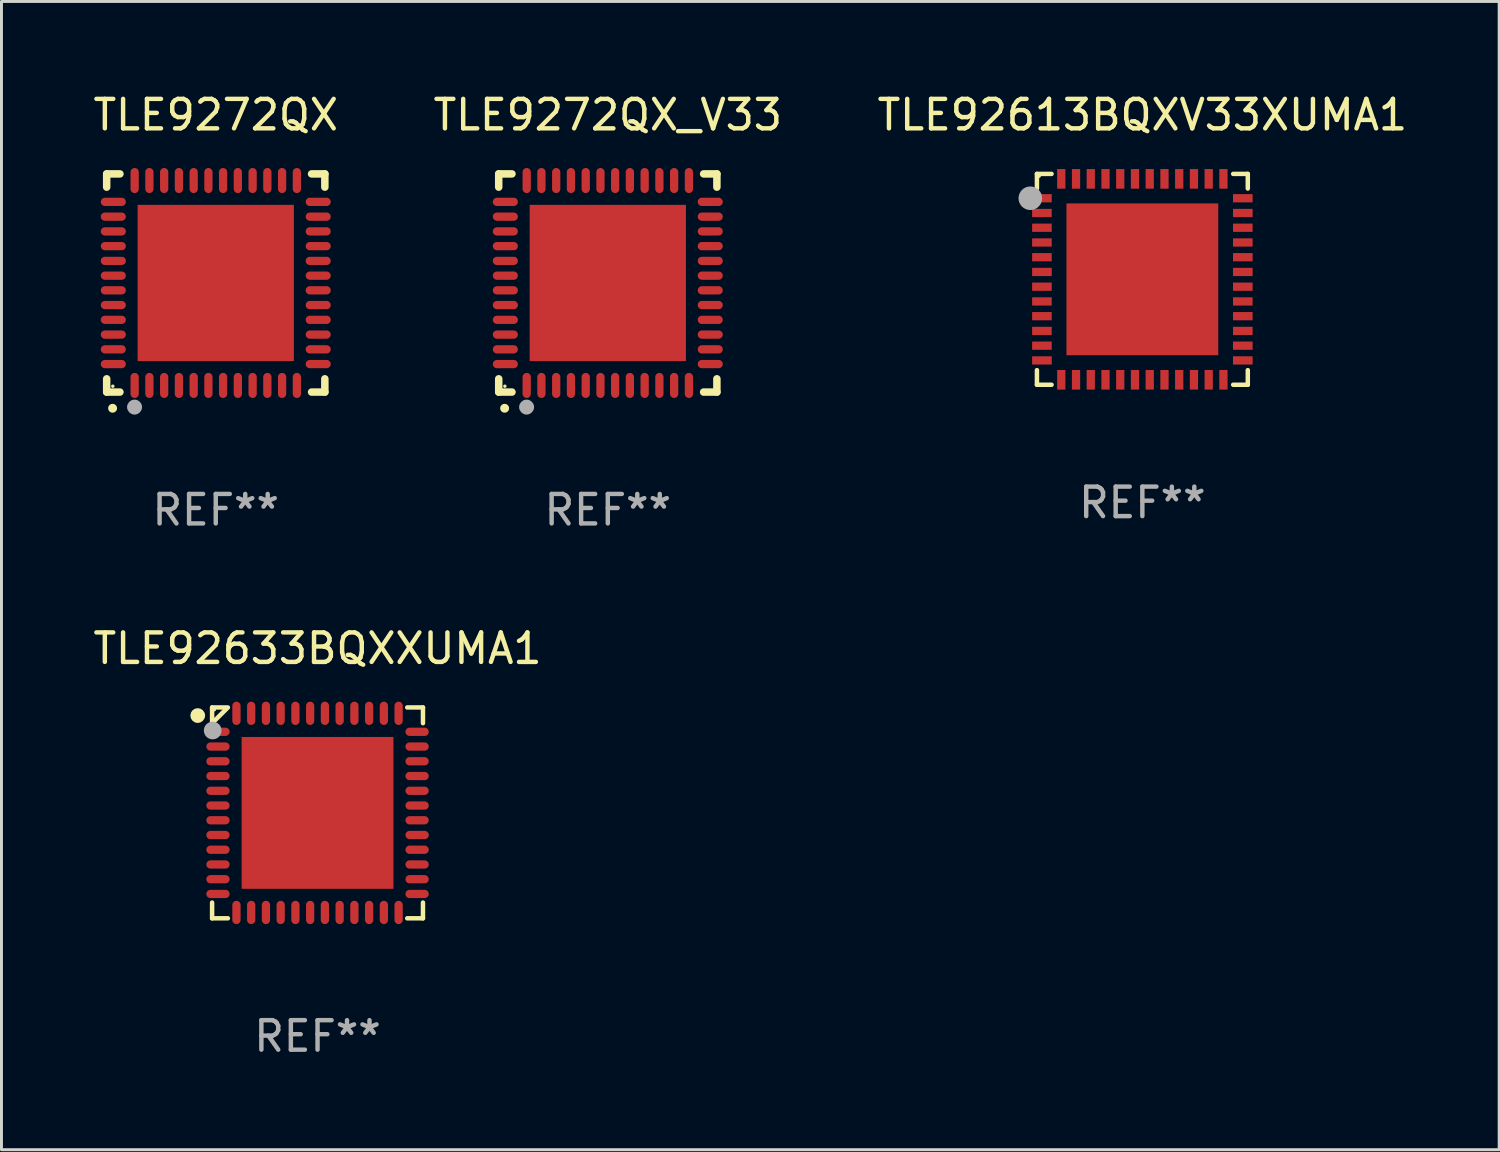
<source format=kicad_pcb>
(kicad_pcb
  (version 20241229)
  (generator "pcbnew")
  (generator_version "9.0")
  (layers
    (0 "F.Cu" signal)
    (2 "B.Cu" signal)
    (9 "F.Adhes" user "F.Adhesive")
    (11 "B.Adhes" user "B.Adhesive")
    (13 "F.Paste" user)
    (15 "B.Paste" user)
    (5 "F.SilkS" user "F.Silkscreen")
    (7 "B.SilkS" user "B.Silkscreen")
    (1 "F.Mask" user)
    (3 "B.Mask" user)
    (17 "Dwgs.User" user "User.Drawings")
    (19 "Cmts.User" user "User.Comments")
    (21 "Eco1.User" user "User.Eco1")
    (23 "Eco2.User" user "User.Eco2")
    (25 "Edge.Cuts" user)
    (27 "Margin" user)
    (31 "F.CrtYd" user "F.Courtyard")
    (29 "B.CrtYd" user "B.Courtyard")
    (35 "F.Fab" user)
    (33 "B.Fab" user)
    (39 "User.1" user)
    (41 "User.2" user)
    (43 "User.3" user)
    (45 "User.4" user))
  (footprint "TLE9272QX_V33"
    (layer "F.Cu")
    (at 17.565 6.548)
    (property "Reference" "TLE9272QX_V33" (at 0 -5.7 0) (layer "F.SilkS") (effects (font (size 1 1) (thickness 0.15))))
    (attr through_hole)
    (fp_line (start -3.7 -3.7) (end -3.25 -3.7) (stroke (width 0.254) (type solid)) (layer "F.SilkS"))
    (fp_line (start -3.7 -3.25) (end -3.7 -3.7) (stroke (width 0.254) (type solid)) (layer "F.SilkS"))
    (fp_line (start -3.7 3.7) (end -3.7 3.25) (stroke (width 0.254) (type solid)) (layer "F.SilkS"))
    (fp_line (start -3.25 3.7) (end -3.7 3.7) (stroke (width 0.254) (type solid)) (layer "F.SilkS"))
    (fp_line (start 3.25 3.7) (end 3.7 3.7) (stroke (width 0.254) (type solid)) (layer "F.SilkS"))
    (fp_line (start 3.7 -3.7) (end 3.25 -3.7) (stroke (width 0.254) (type solid)) (layer "F.SilkS"))
    (fp_line (start 3.7 -3.25) (end 3.7 -3.7) (stroke (width 0.254) (type solid)) (layer "F.SilkS"))
    (fp_line (start 3.7 3.7) (end 3.7 3.25) (stroke (width 0.254) (type solid)) (layer "F.SilkS"))
    (fp_arc (start -3.500127 4.249428) (mid -3.498857 4.249423) (end -3.497587 4.249428) (stroke (width 0.3) (type solid)) (layer "F.SilkS"))
    (fp_circle (center -3.491 3.501) (end -3.461 3.501) (stroke (width 0.06) (type solid)) (fill no) (layer "F.SilkS"))
    (fp_circle (center -2.754 4.21) (end -2.627 4.21) (stroke (width 0.254) (type solid)) (fill no) (layer "F.Fab"))
    (fp_text user "REF**" (at 0 7.7 0) (layer "F.Fab") (effects (font (size 1 1) (thickness 0.15))))
    (pad "1" smd oval (at -2.751 3.475) (size 0.28 0.85) (layers "F.Cu" "F.Mask" "F.Paste"))
    (pad "2" smd oval (at -2.251 3.475) (size 0.28 0.85) (layers "F.Cu" "F.Mask" "F.Paste"))
    (pad "3" smd oval (at -1.75 3.475) (size 0.28 0.85) (layers "F.Cu" "F.Mask" "F.Paste"))
    (pad "4" smd oval (at -1.25 3.475) (size 0.28 0.85) (layers "F.Cu" "F.Mask" "F.Paste"))
    (pad "5" smd oval (at -0.749 3.475) (size 0.28 0.85) (layers "F.Cu" "F.Mask" "F.Paste"))
    (pad "6" smd oval (at -0.249 3.475) (size 0.28 0.85) (layers "F.Cu" "F.Mask" "F.Paste"))
    (pad "7" smd oval (at 0.249 3.475) (size 0.28 0.85) (layers "F.Cu" "F.Mask" "F.Paste"))
    (pad "8" smd oval (at 0.749 3.475) (size 0.28 0.85) (layers "F.Cu" "F.Mask" "F.Paste"))
    (pad "9" smd oval (at 1.25 3.475) (size 0.28 0.85) (layers "F.Cu" "F.Mask" "F.Paste"))
    (pad "10" smd oval (at 1.75 3.475) (size 0.28 0.85) (layers "F.Cu" "F.Mask" "F.Paste"))
    (pad "11" smd oval (at 2.25 3.475) (size 0.28 0.85) (layers "F.Cu" "F.Mask" "F.Paste"))
    (pad "12" smd oval (at 2.751 3.475) (size 0.28 0.85) (layers "F.Cu" "F.Mask" "F.Paste"))
    (pad "13" smd oval (at 3.475 2.751) (size 0.85 0.28) (layers "F.Cu" "F.Mask" "F.Paste"))
    (pad "14" smd oval (at 3.475 2.251) (size 0.85 0.28) (layers "F.Cu" "F.Mask" "F.Paste"))
    (pad "15" smd oval (at 3.475 1.75) (size 0.85 0.28) (layers "F.Cu" "F.Mask" "F.Paste"))
    (pad "16" smd oval (at 3.475 1.25) (size 0.85 0.28) (layers "F.Cu" "F.Mask" "F.Paste"))
    (pad "17" smd oval (at 3.475 0.749) (size 0.85 0.28) (layers "F.Cu" "F.Mask" "F.Paste"))
    (pad "18" smd oval (at 3.475 0.249) (size 0.85 0.28) (layers "F.Cu" "F.Mask" "F.Paste"))
    (pad "19" smd oval (at 3.475 -0.249) (size 0.85 0.28) (layers "F.Cu" "F.Mask" "F.Paste"))
    (pad "20" smd oval (at 3.475 -0.749) (size 0.85 0.28) (layers "F.Cu" "F.Mask" "F.Paste"))
    (pad "21" smd oval (at 3.475 -1.25) (size 0.85 0.28) (layers "F.Cu" "F.Mask" "F.Paste"))
    (pad "22" smd oval (at 3.475 -1.75) (size 0.85 0.28) (layers "F.Cu" "F.Mask" "F.Paste"))
    (pad "23" smd oval (at 3.475 -2.25) (size 0.85 0.28) (layers "F.Cu" "F.Mask" "F.Paste"))
    (pad "24" smd oval (at 3.475 -2.751) (size 0.85 0.28) (layers "F.Cu" "F.Mask" "F.Paste"))
    (pad "25" smd oval (at 2.751 -3.475) (size 0.28 0.85) (layers "F.Cu" "F.Mask" "F.Paste"))
    (pad "26" smd oval (at 2.25 -3.475) (size 0.28 0.85) (layers "F.Cu" "F.Mask" "F.Paste"))
    (pad "27" smd oval (at 1.75 -3.475) (size 0.28 0.85) (layers "F.Cu" "F.Mask" "F.Paste"))
    (pad "28" smd oval (at 1.25 -3.475) (size 0.28 0.85) (layers "F.Cu" "F.Mask" "F.Paste"))
    (pad "29" smd oval (at 0.749 -3.475) (size 0.28 0.85) (layers "F.Cu" "F.Mask" "F.Paste"))
    (pad "30" smd oval (at 0.249 -3.475) (size 0.28 0.85) (layers "F.Cu" "F.Mask" "F.Paste"))
    (pad "31" smd oval (at -0.249 -3.475) (size 0.28 0.85) (layers "F.Cu" "F.Mask" "F.Paste"))
    (pad "32" smd oval (at -0.749 -3.475) (size 0.28 0.85) (layers "F.Cu" "F.Mask" "F.Paste"))
    (pad "33" smd oval (at -1.25 -3.475) (size 0.28 0.85) (layers "F.Cu" "F.Mask" "F.Paste"))
    (pad "34" smd oval (at -1.75 -3.475) (size 0.28 0.85) (layers "F.Cu" "F.Mask" "F.Paste"))
    (pad "35" smd oval (at -2.251 -3.475) (size 0.28 0.85) (layers "F.Cu" "F.Mask" "F.Paste"))
    (pad "36" smd oval (at -2.751 -3.475) (size 0.28 0.85) (layers "F.Cu" "F.Mask" "F.Paste"))
    (pad "37" smd oval (at -3.475 -2.751) (size 0.85 0.28) (layers "F.Cu" "F.Mask" "F.Paste"))
    (pad "38" smd oval (at -3.475 -2.25) (size 0.85 0.28) (layers "F.Cu" "F.Mask" "F.Paste"))
    (pad "39" smd oval (at -3.475 -1.75) (size 0.85 0.28) (layers "F.Cu" "F.Mask" "F.Paste"))
    (pad "40" smd oval (at -3.475 -1.25) (size 0.85 0.28) (layers "F.Cu" "F.Mask" "F.Paste"))
    (pad "41" smd oval (at -3.475 -0.749) (size 0.85 0.28) (layers "F.Cu" "F.Mask" "F.Paste"))
    (pad "42" smd oval (at -3.475 -0.249) (size 0.85 0.28) (layers "F.Cu" "F.Mask" "F.Paste"))
    (pad "43" smd oval (at -3.475 0.249) (size 0.85 0.28) (layers "F.Cu" "F.Mask" "F.Paste"))
    (pad "44" smd oval (at -3.475 0.749) (size 0.85 0.28) (layers "F.Cu" "F.Mask" "F.Paste"))
    (pad "45" smd oval (at -3.475 1.25) (size 0.85 0.28) (layers "F.Cu" "F.Mask" "F.Paste"))
    (pad "46" smd oval (at -3.475 1.75) (size 0.85 0.28) (layers "F.Cu" "F.Mask" "F.Paste"))
    (pad "47" smd oval (at -3.475 2.251) (size 0.85 0.28) (layers "F.Cu" "F.Mask" "F.Paste"))
    (pad "48" smd oval (at -3.475 2.751) (size 0.85 0.28) (layers "F.Cu" "F.Mask" "F.Paste"))
    (pad "49" smd rect (at -0.000102 0.000102) (size 5.3 5.3) (layers "F.Cu" "F.Mask" "F.Paste")))
  (footprint "TLE92633BQXXUMA1"
    (layer "F.Cu")
    (at 7.72 24.521)
    (property "Reference" "TLE92633BQXXUMA1" (at 0 -5.576 0) (layer "F.SilkS") (effects (font (size 1 1) (thickness 0.15))))
    (attr through_hole)
    (fp_line (start -3.576 -3.576) (end -3.042 -3.576) (stroke (width 0.152) (type solid)) (layer "F.SilkS"))
    (fp_line (start -3.576 -3.042) (end -3.576 -3.576) (stroke (width 0.152) (type solid)) (layer "F.SilkS"))
    (fp_line (start -3.576 3.042) (end -3.576 3.576) (stroke (width 0.152) (type solid)) (layer "F.SilkS"))
    (fp_line (start -3.576 3.576) (end -3.042 3.576) (stroke (width 0.152) (type solid)) (layer "F.SilkS"))
    (fp_line (start -3.069 -3.549) (end -3.549 -3.069) (stroke (width 0.152) (type solid)) (layer "F.SilkS"))
    (fp_line (start 3.576 -3.576) (end 3.042 -3.576) (stroke (width 0.152) (type solid)) (layer "F.SilkS"))
    (fp_line (start 3.576 -3.042) (end 3.576 -3.576) (stroke (width 0.152) (type solid)) (layer "F.SilkS"))
    (fp_line (start 3.576 3.042) (end 3.576 3.576) (stroke (width 0.152) (type solid)) (layer "F.SilkS"))
    (fp_line (start 3.576 3.576) (end 3.042 3.576) (stroke (width 0.152) (type solid)) (layer "F.SilkS"))
    (fp_circle (center -4.064 -3.302) (end -3.939 -3.302) (stroke (width 0.25) (type solid)) (fill no) (layer "F.SilkS"))
    (fp_circle (center -3.5 -3.5) (end -3.47 -3.5) (stroke (width 0.06) (type solid)) (fill no) (layer "F.SilkS"))
    (fp_circle (center -3.556 -2.794) (end -3.406 -2.794) (stroke (width 0.3) (type solid)) (fill no) (layer "F.Fab"))
    (fp_text user "REF**" (at 0 7.576 0) (layer "F.Fab") (effects (font (size 1 1) (thickness 0.15))))
    (pad "1" smd oval (at -3.377 -2.75) (size 0.79 0.28) (layers "F.Cu" "F.Mask" "F.Paste"))
    (pad "2" smd oval (at -3.377 -2.25) (size 0.79 0.28) (layers "F.Cu" "F.Mask" "F.Paste"))
    (pad "3" smd oval (at -3.377 -1.75) (size 0.79 0.28) (layers "F.Cu" "F.Mask" "F.Paste"))
    (pad "4" smd oval (at -3.377 -1.25) (size 0.79 0.28) (layers "F.Cu" "F.Mask" "F.Paste"))
    (pad "5" smd oval (at -3.377 -0.75) (size 0.79 0.28) (layers "F.Cu" "F.Mask" "F.Paste"))
    (pad "6" smd oval (at -3.377 -0.25) (size 0.79 0.28) (layers "F.Cu" "F.Mask" "F.Paste"))
    (pad "7" smd oval (at -3.377 0.25) (size 0.79 0.28) (layers "F.Cu" "F.Mask" "F.Paste"))
    (pad "8" smd oval (at -3.377 0.75) (size 0.79 0.28) (layers "F.Cu" "F.Mask" "F.Paste"))
    (pad "9" smd oval (at -3.377 1.25) (size 0.79 0.28) (layers "F.Cu" "F.Mask" "F.Paste"))
    (pad "10" smd oval (at -3.377 1.75) (size 0.79 0.28) (layers "F.Cu" "F.Mask" "F.Paste"))
    (pad "11" smd oval (at -3.377 2.25) (size 0.79 0.28) (layers "F.Cu" "F.Mask" "F.Paste"))
    (pad "12" smd oval (at -3.377 2.75) (size 0.79 0.28) (layers "F.Cu" "F.Mask" "F.Paste"))
    (pad "13" smd oval (at -2.75 3.377) (size 0.28 0.79) (layers "F.Cu" "F.Mask" "F.Paste"))
    (pad "14" smd oval (at -2.25 3.377) (size 0.28 0.79) (layers "F.Cu" "F.Mask" "F.Paste"))
    (pad "15" smd oval (at -1.75 3.377) (size 0.28 0.79) (layers "F.Cu" "F.Mask" "F.Paste"))
    (pad "16" smd oval (at -1.25 3.377) (size 0.28 0.79) (layers "F.Cu" "F.Mask" "F.Paste"))
    (pad "17" smd oval (at -0.75 3.377) (size 0.28 0.79) (layers "F.Cu" "F.Mask" "F.Paste"))
    (pad "18" smd oval (at -0.25 3.377) (size 0.28 0.79) (layers "F.Cu" "F.Mask" "F.Paste"))
    (pad "19" smd oval (at 0.25 3.377) (size 0.28 0.79) (layers "F.Cu" "F.Mask" "F.Paste"))
    (pad "20" smd oval (at 0.75 3.377) (size 0.28 0.79) (layers "F.Cu" "F.Mask" "F.Paste"))
    (pad "21" smd oval (at 1.25 3.377) (size 0.28 0.79) (layers "F.Cu" "F.Mask" "F.Paste"))
    (pad "22" smd oval (at 1.75 3.377) (size 0.28 0.79) (layers "F.Cu" "F.Mask" "F.Paste"))
    (pad "23" smd oval (at 2.25 3.377) (size 0.28 0.79) (layers "F.Cu" "F.Mask" "F.Paste"))
    (pad "24" smd oval (at 2.75 3.377) (size 0.28 0.79) (layers "F.Cu" "F.Mask" "F.Paste"))
    (pad "25" smd oval (at 3.377 2.75) (size 0.79 0.28) (layers "F.Cu" "F.Mask" "F.Paste"))
    (pad "26" smd oval (at 3.377 2.25) (size 0.79 0.28) (layers "F.Cu" "F.Mask" "F.Paste"))
    (pad "27" smd oval (at 3.377 1.75) (size 0.79 0.28) (layers "F.Cu" "F.Mask" "F.Paste"))
    (pad "28" smd oval (at 3.377 1.25) (size 0.79 0.28) (layers "F.Cu" "F.Mask" "F.Paste"))
    (pad "29" smd oval (at 3.377 0.75) (size 0.79 0.28) (layers "F.Cu" "F.Mask" "F.Paste"))
    (pad "30" smd oval (at 3.377 0.25) (size 0.79 0.28) (layers "F.Cu" "F.Mask" "F.Paste"))
    (pad "31" smd oval (at 3.377 -0.25) (size 0.79 0.28) (layers "F.Cu" "F.Mask" "F.Paste"))
    (pad "32" smd oval (at 3.377 -0.75) (size 0.79 0.28) (layers "F.Cu" "F.Mask" "F.Paste"))
    (pad "33" smd oval (at 3.377 -1.25) (size 0.79 0.28) (layers "F.Cu" "F.Mask" "F.Paste"))
    (pad "34" smd oval (at 3.377 -1.75) (size 0.79 0.28) (layers "F.Cu" "F.Mask" "F.Paste"))
    (pad "35" smd oval (at 3.377 -2.25) (size 0.79 0.28) (layers "F.Cu" "F.Mask" "F.Paste"))
    (pad "36" smd oval (at 3.377 -2.75) (size 0.79 0.28) (layers "F.Cu" "F.Mask" "F.Paste"))
    (pad "37" smd oval (at 2.75 -3.377) (size 0.28 0.79) (layers "F.Cu" "F.Mask" "F.Paste"))
    (pad "38" smd oval (at 2.25 -3.377) (size 0.28 0.79) (layers "F.Cu" "F.Mask" "F.Paste"))
    (pad "39" smd oval (at 1.75 -3.377) (size 0.28 0.79) (layers "F.Cu" "F.Mask" "F.Paste"))
    (pad "40" smd oval (at 1.25 -3.377) (size 0.28 0.79) (layers "F.Cu" "F.Mask" "F.Paste"))
    (pad "41" smd oval (at 0.75 -3.377) (size 0.28 0.79) (layers "F.Cu" "F.Mask" "F.Paste"))
    (pad "42" smd oval (at 0.25 -3.377) (size 0.28 0.79) (layers "F.Cu" "F.Mask" "F.Paste"))
    (pad "43" smd oval (at -0.25 -3.377) (size 0.28 0.79) (layers "F.Cu" "F.Mask" "F.Paste"))
    (pad "44" smd oval (at -0.75 -3.377) (size 0.28 0.79) (layers "F.Cu" "F.Mask" "F.Paste"))
    (pad "45" smd oval (at -1.25 -3.377) (size 0.28 0.79) (layers "F.Cu" "F.Mask" "F.Paste"))
    (pad "46" smd oval (at -1.75 -3.377) (size 0.28 0.79) (layers "F.Cu" "F.Mask" "F.Paste"))
    (pad "47" smd oval (at -2.25 -3.377) (size 0.28 0.79) (layers "F.Cu" "F.Mask" "F.Paste"))
    (pad "48" smd oval (at -2.75 -3.377) (size 0.28 0.79) (layers "F.Cu" "F.Mask" "F.Paste"))
    (pad "49" smd rect (at 0 0) (size 5.15 5.15) (layers "F.Cu" "F.Mask" "F.Paste")))
  (footprint "TLE92613BQXV33XUMA1"
    (layer "F.Cu")
    (at 35.696 6.424)
    (property "Reference" "TLE92613BQXV33XUMA1" (at 0 -5.576 0) (layer "F.SilkS") (effects (font (size 1 1) (thickness 0.15))))
    (attr through_hole)
    (fp_line (start -3.576 -3.576) (end -3.576 -3.08) (stroke (width 0.152) (type solid)) (layer "F.SilkS"))
    (fp_line (start -3.576 3.576) (end -3.576 3.08) (stroke (width 0.152) (type solid)) (layer "F.SilkS"))
    (fp_line (start -3.08 -3.576) (end -3.576 -3.576) (stroke (width 0.152) (type solid)) (layer "F.SilkS"))
    (fp_line (start -3.08 3.576) (end -3.576 3.576) (stroke (width 0.152) (type solid)) (layer "F.SilkS"))
    (fp_line (start 3.08 -3.576) (end 3.576 -3.576) (stroke (width 0.152) (type solid)) (layer "F.SilkS"))
    (fp_line (start 3.08 3.576) (end 3.576 3.576) (stroke (width 0.152) (type solid)) (layer "F.SilkS"))
    (fp_line (start 3.576 -3.576) (end 3.576 -3.08) (stroke (width 0.152) (type solid)) (layer "F.SilkS"))
    (fp_line (start 3.576 3.576) (end 3.576 3.08) (stroke (width 0.152) (type solid)) (layer "F.SilkS"))
    (fp_circle (center -4.04 -2.75) (end -3.965 -2.75) (stroke (width 0.15) (type solid)) (fill no) (layer "F.SilkS"))
    (fp_circle (center -3.5 -3.5) (end -3.47 -3.5) (stroke (width 0.06) (type solid)) (fill no) (layer "F.SilkS"))
    (fp_circle (center -3.8 -2.75) (end -3.6 -2.75) (stroke (width 0.4) (type solid)) (fill no) (layer "F.Fab"))
    (fp_text user "REF**" (at 0 7.576 0) (layer "F.Fab") (effects (font (size 1 1) (thickness 0.15))))
    (pad "1" smd rect (at -3.407 -2.75) (size 0.665 0.28) (layers "F.Cu" "F.Mask" "F.Paste"))
    (pad "2" smd rect (at -3.407 -2.25) (size 0.665 0.28) (layers "F.Cu" "F.Mask" "F.Paste"))
    (pad "3" smd rect (at -3.407 -1.75) (size 0.665 0.28) (layers "F.Cu" "F.Mask" "F.Paste"))
    (pad "4" smd rect (at -3.407 -1.25) (size 0.665 0.28) (layers "F.Cu" "F.Mask" "F.Paste"))
    (pad "5" smd rect (at -3.407 -0.75) (size 0.665 0.28) (layers "F.Cu" "F.Mask" "F.Paste"))
    (pad "6" smd rect (at -3.407 -0.25) (size 0.665 0.28) (layers "F.Cu" "F.Mask" "F.Paste"))
    (pad "7" smd rect (at -3.407 0.25) (size 0.665 0.28) (layers "F.Cu" "F.Mask" "F.Paste"))
    (pad "8" smd rect (at -3.407 0.75) (size 0.665 0.28) (layers "F.Cu" "F.Mask" "F.Paste"))
    (pad "9" smd rect (at -3.407 1.25) (size 0.665 0.28) (layers "F.Cu" "F.Mask" "F.Paste"))
    (pad "10" smd rect (at -3.407 1.75) (size 0.665 0.28) (layers "F.Cu" "F.Mask" "F.Paste"))
    (pad "11" smd rect (at -3.407 2.25) (size 0.665 0.28) (layers "F.Cu" "F.Mask" "F.Paste"))
    (pad "12" smd rect (at -3.407 2.75) (size 0.665 0.28) (layers "F.Cu" "F.Mask" "F.Paste"))
    (pad "13" smd rect (at -2.75 3.407) (size 0.28 0.665) (layers "F.Cu" "F.Mask" "F.Paste"))
    (pad "14" smd rect (at -2.25 3.407) (size 0.28 0.665) (layers "F.Cu" "F.Mask" "F.Paste"))
    (pad "15" smd rect (at -1.75 3.407) (size 0.28 0.665) (layers "F.Cu" "F.Mask" "F.Paste"))
    (pad "16" smd rect (at -1.25 3.407) (size 0.28 0.665) (layers "F.Cu" "F.Mask" "F.Paste"))
    (pad "17" smd rect (at -0.75 3.407) (size 0.28 0.665) (layers "F.Cu" "F.Mask" "F.Paste"))
    (pad "18" smd rect (at -0.25 3.407) (size 0.28 0.665) (layers "F.Cu" "F.Mask" "F.Paste"))
    (pad "19" smd rect (at 0.25 3.407) (size 0.28 0.665) (layers "F.Cu" "F.Mask" "F.Paste"))
    (pad "20" smd rect (at 0.75 3.407) (size 0.28 0.665) (layers "F.Cu" "F.Mask" "F.Paste"))
    (pad "21" smd rect (at 1.25 3.407) (size 0.28 0.665) (layers "F.Cu" "F.Mask" "F.Paste"))
    (pad "22" smd rect (at 1.75 3.407) (size 0.28 0.665) (layers "F.Cu" "F.Mask" "F.Paste"))
    (pad "23" smd rect (at 2.25 3.407) (size 0.28 0.665) (layers "F.Cu" "F.Mask" "F.Paste"))
    (pad "24" smd rect (at 2.75 3.407) (size 0.28 0.665) (layers "F.Cu" "F.Mask" "F.Paste"))
    (pad "25" smd rect (at 3.407 2.75) (size 0.665 0.28) (layers "F.Cu" "F.Mask" "F.Paste"))
    (pad "26" smd rect (at 3.407 2.25) (size 0.665 0.28) (layers "F.Cu" "F.Mask" "F.Paste"))
    (pad "27" smd rect (at 3.407 1.75) (size 0.665 0.28) (layers "F.Cu" "F.Mask" "F.Paste"))
    (pad "28" smd rect (at 3.407 1.25) (size 0.665 0.28) (layers "F.Cu" "F.Mask" "F.Paste"))
    (pad "29" smd rect (at 3.407 0.75) (size 0.665 0.28) (layers "F.Cu" "F.Mask" "F.Paste"))
    (pad "30" smd rect (at 3.407 0.25) (size 0.665 0.28) (layers "F.Cu" "F.Mask" "F.Paste"))
    (pad "31" smd rect (at 3.407 -0.25) (size 0.665 0.28) (layers "F.Cu" "F.Mask" "F.Paste"))
    (pad "32" smd rect (at 3.407 -0.75) (size 0.665 0.28) (layers "F.Cu" "F.Mask" "F.Paste"))
    (pad "33" smd rect (at 3.407 -1.25) (size 0.665 0.28) (layers "F.Cu" "F.Mask" "F.Paste"))
    (pad "34" smd rect (at 3.407 -1.75) (size 0.665 0.28) (layers "F.Cu" "F.Mask" "F.Paste"))
    (pad "35" smd rect (at 3.407 -2.25) (size 0.665 0.28) (layers "F.Cu" "F.Mask" "F.Paste"))
    (pad "36" smd rect (at 3.407 -2.75) (size 0.665 0.28) (layers "F.Cu" "F.Mask" "F.Paste"))
    (pad "37" smd rect (at 2.75 -3.407) (size 0.28 0.665) (layers "F.Cu" "F.Mask" "F.Paste"))
    (pad "38" smd rect (at 2.25 -3.407) (size 0.28 0.665) (layers "F.Cu" "F.Mask" "F.Paste"))
    (pad "39" smd rect (at 1.75 -3.407) (size 0.28 0.665) (layers "F.Cu" "F.Mask" "F.Paste"))
    (pad "40" smd rect (at 1.25 -3.407) (size 0.28 0.665) (layers "F.Cu" "F.Mask" "F.Paste"))
    (pad "41" smd rect (at 0.75 -3.407) (size 0.28 0.665) (layers "F.Cu" "F.Mask" "F.Paste"))
    (pad "42" smd rect (at 0.25 -3.407) (size 0.28 0.665) (layers "F.Cu" "F.Mask" "F.Paste"))
    (pad "43" smd rect (at -0.25 -3.407) (size 0.28 0.665) (layers "F.Cu" "F.Mask" "F.Paste"))
    (pad "44" smd rect (at -0.75 -3.407) (size 0.28 0.665) (layers "F.Cu" "F.Mask" "F.Paste"))
    (pad "45" smd rect (at -1.25 -3.407) (size 0.28 0.665) (layers "F.Cu" "F.Mask" "F.Paste"))
    (pad "46" smd rect (at -1.75 -3.407) (size 0.28 0.665) (layers "F.Cu" "F.Mask" "F.Paste"))
    (pad "47" smd rect (at -2.25 -3.407) (size 0.28 0.665) (layers "F.Cu" "F.Mask" "F.Paste"))
    (pad "48" smd rect (at -2.75 -3.407) (size 0.28 0.665) (layers "F.Cu" "F.Mask" "F.Paste"))
    (pad "49" smd rect (at 0 0) (size 5.15 5.15) (layers "F.Cu" "F.Mask" "F.Paste")))
  (footprint "TLE9272QX"
    (layer "F.Cu")
    (at 4.268 6.548)
    (property "Reference" "TLE9272QX" (at 0 -5.7 0) (layer "F.SilkS") (effects (font (size 1 1) (thickness 0.15))))
    (attr through_hole)
    (fp_line (start -3.7 -3.7) (end -3.25 -3.7) (stroke (width 0.254) (type solid)) (layer "F.SilkS"))
    (fp_line (start -3.7 -3.25) (end -3.7 -3.7) (stroke (width 0.254) (type solid)) (layer "F.SilkS"))
    (fp_line (start -3.7 3.7) (end -3.7 3.25) (stroke (width 0.254) (type solid)) (layer "F.SilkS"))
    (fp_line (start -3.25 3.7) (end -3.7 3.7) (stroke (width 0.254) (type solid)) (layer "F.SilkS"))
    (fp_line (start 3.25 3.7) (end 3.7 3.7) (stroke (width 0.254) (type solid)) (layer "F.SilkS"))
    (fp_line (start 3.7 -3.7) (end 3.25 -3.7) (stroke (width 0.254) (type solid)) (layer "F.SilkS"))
    (fp_line (start 3.7 -3.25) (end 3.7 -3.7) (stroke (width 0.254) (type solid)) (layer "F.SilkS"))
    (fp_line (start 3.7 3.7) (end 3.7 3.25) (stroke (width 0.254) (type solid)) (layer "F.SilkS"))
    (fp_arc (start -3.500127 4.249428) (mid -3.498857 4.249423) (end -3.497587 4.249428) (stroke (width 0.3) (type solid)) (layer "F.SilkS"))
    (fp_circle (center -3.491 3.501) (end -3.461 3.501) (stroke (width 0.06) (type solid)) (fill no) (layer "F.SilkS"))
    (fp_circle (center -2.754 4.21) (end -2.627 4.21) (stroke (width 0.254) (type solid)) (fill no) (layer "F.Fab"))
    (fp_text user "REF**" (at 0 7.7 0) (layer "F.Fab") (effects (font (size 1 1) (thickness 0.15))))
    (pad "1" smd oval (at -2.751 3.475) (size 0.28 0.85) (layers "F.Cu" "F.Mask" "F.Paste"))
    (pad "2" smd oval (at -2.251 3.475) (size 0.28 0.85) (layers "F.Cu" "F.Mask" "F.Paste"))
    (pad "3" smd oval (at -1.75 3.475) (size 0.28 0.85) (layers "F.Cu" "F.Mask" "F.Paste"))
    (pad "4" smd oval (at -1.25 3.475) (size 0.28 0.85) (layers "F.Cu" "F.Mask" "F.Paste"))
    (pad "5" smd oval (at -0.749 3.475) (size 0.28 0.85) (layers "F.Cu" "F.Mask" "F.Paste"))
    (pad "6" smd oval (at -0.249 3.475) (size 0.28 0.85) (layers "F.Cu" "F.Mask" "F.Paste"))
    (pad "7" smd oval (at 0.249 3.475) (size 0.28 0.85) (layers "F.Cu" "F.Mask" "F.Paste"))
    (pad "8" smd oval (at 0.749 3.475) (size 0.28 0.85) (layers "F.Cu" "F.Mask" "F.Paste"))
    (pad "9" smd oval (at 1.25 3.475) (size 0.28 0.85) (layers "F.Cu" "F.Mask" "F.Paste"))
    (pad "10" smd oval (at 1.75 3.475) (size 0.28 0.85) (layers "F.Cu" "F.Mask" "F.Paste"))
    (pad "11" smd oval (at 2.25 3.475) (size 0.28 0.85) (layers "F.Cu" "F.Mask" "F.Paste"))
    (pad "12" smd oval (at 2.751 3.475) (size 0.28 0.85) (layers "F.Cu" "F.Mask" "F.Paste"))
    (pad "13" smd oval (at 3.475 2.751) (size 0.85 0.28) (layers "F.Cu" "F.Mask" "F.Paste"))
    (pad "14" smd oval (at 3.475 2.251) (size 0.85 0.28) (layers "F.Cu" "F.Mask" "F.Paste"))
    (pad "15" smd oval (at 3.475 1.75) (size 0.85 0.28) (layers "F.Cu" "F.Mask" "F.Paste"))
    (pad "16" smd oval (at 3.475 1.25) (size 0.85 0.28) (layers "F.Cu" "F.Mask" "F.Paste"))
    (pad "17" smd oval (at 3.475 0.749) (size 0.85 0.28) (layers "F.Cu" "F.Mask" "F.Paste"))
    (pad "18" smd oval (at 3.475 0.249) (size 0.85 0.28) (layers "F.Cu" "F.Mask" "F.Paste"))
    (pad "19" smd oval (at 3.475 -0.249) (size 0.85 0.28) (layers "F.Cu" "F.Mask" "F.Paste"))
    (pad "20" smd oval (at 3.475 -0.749) (size 0.85 0.28) (layers "F.Cu" "F.Mask" "F.Paste"))
    (pad "21" smd oval (at 3.475 -1.25) (size 0.85 0.28) (layers "F.Cu" "F.Mask" "F.Paste"))
    (pad "22" smd oval (at 3.475 -1.75) (size 0.85 0.28) (layers "F.Cu" "F.Mask" "F.Paste"))
    (pad "23" smd oval (at 3.475 -2.25) (size 0.85 0.28) (layers "F.Cu" "F.Mask" "F.Paste"))
    (pad "24" smd oval (at 3.475 -2.751) (size 0.85 0.28) (layers "F.Cu" "F.Mask" "F.Paste"))
    (pad "25" smd oval (at 2.751 -3.475) (size 0.28 0.85) (layers "F.Cu" "F.Mask" "F.Paste"))
    (pad "26" smd oval (at 2.25 -3.475) (size 0.28 0.85) (layers "F.Cu" "F.Mask" "F.Paste"))
    (pad "27" smd oval (at 1.75 -3.475) (size 0.28 0.85) (layers "F.Cu" "F.Mask" "F.Paste"))
    (pad "28" smd oval (at 1.25 -3.475) (size 0.28 0.85) (layers "F.Cu" "F.Mask" "F.Paste"))
    (pad "29" smd oval (at 0.749 -3.475) (size 0.28 0.85) (layers "F.Cu" "F.Mask" "F.Paste"))
    (pad "30" smd oval (at 0.249 -3.475) (size 0.28 0.85) (layers "F.Cu" "F.Mask" "F.Paste"))
    (pad "31" smd oval (at -0.249 -3.475) (size 0.28 0.85) (layers "F.Cu" "F.Mask" "F.Paste"))
    (pad "32" smd oval (at -0.749 -3.475) (size 0.28 0.85) (layers "F.Cu" "F.Mask" "F.Paste"))
    (pad "33" smd oval (at -1.25 -3.475) (size 0.28 0.85) (layers "F.Cu" "F.Mask" "F.Paste"))
    (pad "34" smd oval (at -1.75 -3.475) (size 0.28 0.85) (layers "F.Cu" "F.Mask" "F.Paste"))
    (pad "35" smd oval (at -2.251 -3.475) (size 0.28 0.85) (layers "F.Cu" "F.Mask" "F.Paste"))
    (pad "36" smd oval (at -2.751 -3.475) (size 0.28 0.85) (layers "F.Cu" "F.Mask" "F.Paste"))
    (pad "37" smd oval (at -3.475 -2.751) (size 0.85 0.28) (layers "F.Cu" "F.Mask" "F.Paste"))
    (pad "38" smd oval (at -3.475 -2.25) (size 0.85 0.28) (layers "F.Cu" "F.Mask" "F.Paste"))
    (pad "39" smd oval (at -3.475 -1.75) (size 0.85 0.28) (layers "F.Cu" "F.Mask" "F.Paste"))
    (pad "40" smd oval (at -3.475 -1.25) (size 0.85 0.28) (layers "F.Cu" "F.Mask" "F.Paste"))
    (pad "41" smd oval (at -3.475 -0.749) (size 0.85 0.28) (layers "F.Cu" "F.Mask" "F.Paste"))
    (pad "42" smd oval (at -3.475 -0.249) (size 0.85 0.28) (layers "F.Cu" "F.Mask" "F.Paste"))
    (pad "43" smd oval (at -3.475 0.249) (size 0.85 0.28) (layers "F.Cu" "F.Mask" "F.Paste"))
    (pad "44" smd oval (at -3.475 0.749) (size 0.85 0.28) (layers "F.Cu" "F.Mask" "F.Paste"))
    (pad "45" smd oval (at -3.475 1.25) (size 0.85 0.28) (layers "F.Cu" "F.Mask" "F.Paste"))
    (pad "46" smd oval (at -3.475 1.75) (size 0.85 0.28) (layers "F.Cu" "F.Mask" "F.Paste"))
    (pad "47" smd oval (at -3.475 2.251) (size 0.85 0.28) (layers "F.Cu" "F.Mask" "F.Paste"))
    (pad "48" smd oval (at -3.475 2.751) (size 0.85 0.28) (layers "F.Cu" "F.Mask" "F.Paste"))
    (pad "49" smd rect (at -0.000102 0.000102) (size 5.3 5.3) (layers "F.Cu" "F.Mask" "F.Paste")))
  (gr_rect
    (start -3 -3)
    (end 47.798 35.945)
    (stroke (width 0.1) (type default))
    (fill no)
    (layer "Edge.Cuts")))
</source>
